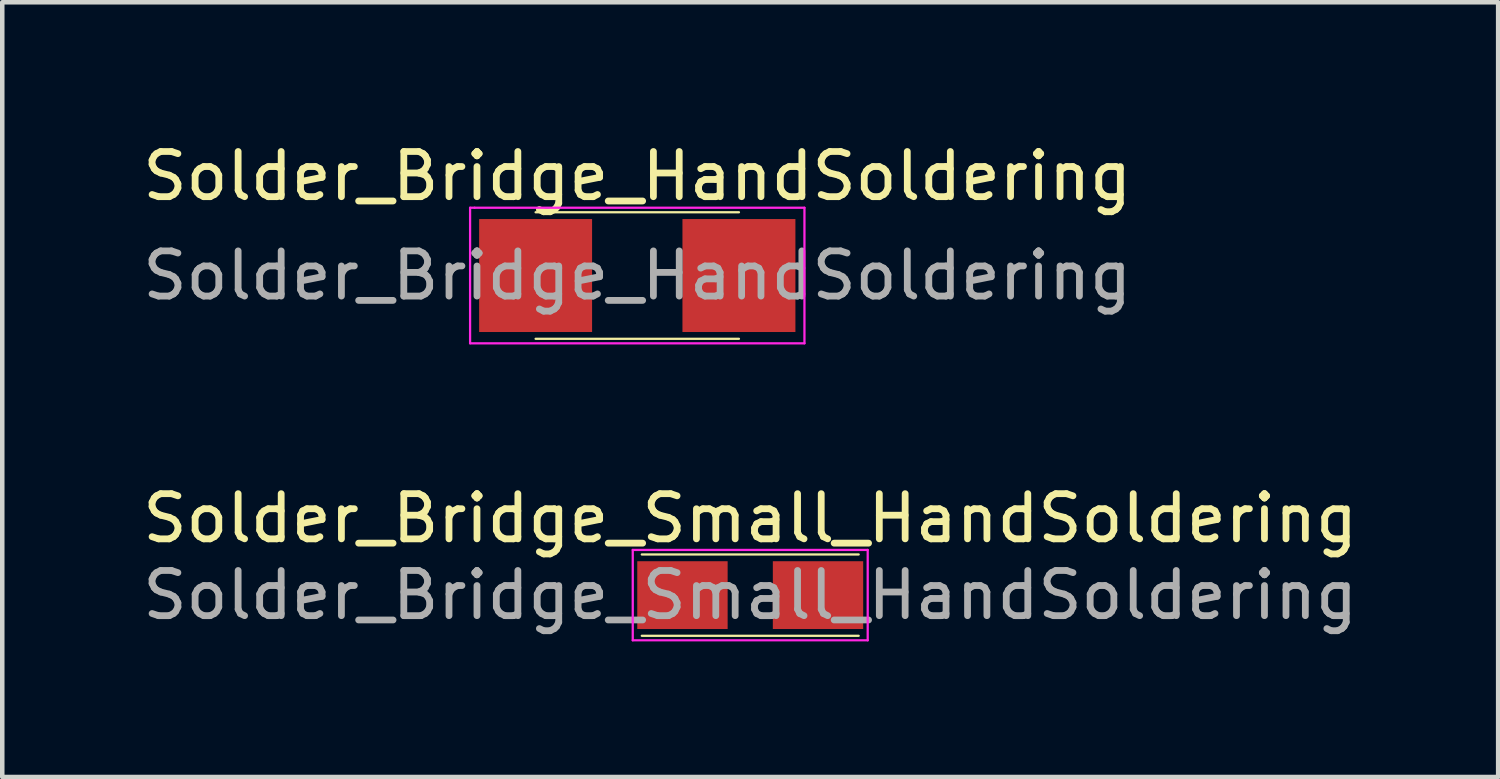
<source format=kicad_pcb>
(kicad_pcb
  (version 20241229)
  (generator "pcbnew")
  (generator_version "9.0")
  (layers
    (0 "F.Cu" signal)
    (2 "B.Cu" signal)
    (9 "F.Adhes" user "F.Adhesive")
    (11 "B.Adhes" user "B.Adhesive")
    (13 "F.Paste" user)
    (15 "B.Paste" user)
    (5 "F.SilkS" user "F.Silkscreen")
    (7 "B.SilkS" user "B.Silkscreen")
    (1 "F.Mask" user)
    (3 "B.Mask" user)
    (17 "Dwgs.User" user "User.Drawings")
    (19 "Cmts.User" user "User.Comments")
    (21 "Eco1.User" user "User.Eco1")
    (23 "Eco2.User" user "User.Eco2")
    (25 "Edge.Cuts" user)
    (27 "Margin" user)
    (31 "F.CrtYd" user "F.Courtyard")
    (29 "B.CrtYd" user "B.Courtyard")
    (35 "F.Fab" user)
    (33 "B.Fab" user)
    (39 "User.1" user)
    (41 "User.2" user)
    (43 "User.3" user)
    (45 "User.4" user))
  (footprint "Solder_Bridge_Small_HandSoldering"
    (layer "F.Cu")
    (at 13.554 10.121)
    (property "Reference" "Solder_Bridge_Small_HandSoldering" (at 0 -1.7 0) (layer "F.SilkS") (effects (font (size 1 1) (thickness 0.15))))
    (attr smd)
    (fp_line (start -2.4 -0.9) (end 2.4 -0.9) (stroke (width 0.05) (type solid)) (layer "F.SilkS"))
    (fp_line (start 2.4 0.9) (end -2.4 0.9) (stroke (width 0.05) (type solid)) (layer "F.SilkS"))
    (fp_line (start -2.6 -1) (end 2.6 -1) (stroke (width 0.05) (type solid)) (layer "F.CrtYd"))
    (fp_line (start -2.6 1) (end -2.6 -1) (stroke (width 0.05) (type solid)) (layer "F.CrtYd"))
    (fp_line (start 2.6 -1) (end 2.6 1) (stroke (width 0.05) (type solid)) (layer "F.CrtYd"))
    (fp_line (start 2.6 1) (end -2.6 1) (stroke (width 0.05) (type solid)) (layer "F.CrtYd"))
    (fp_text user "${REFERENCE}" (at 0 0 0) (layer "F.Fab") (effects (font (size 1 1) (thickness 0.15))))
    (pad "1" smd rect (at -1.5 0) (size 2 1.5) (layers "F.Cu" "F.Mask" "F.Paste"))
    (pad "2" smd rect (at 1.5 0) (size 2 1.5) (layers "F.Cu" "F.Mask" "F.Paste")))
  (footprint "Solder_Bridge_HandSoldering"
    (layer "F.Cu")
    (at 11.054 3.048)
    (property "Reference" "Solder_Bridge_HandSoldering" (at 0 -2.2 0) (layer "F.SilkS") (effects (font (size 1 1) (thickness 0.15))))
    (attr smd)
    (fp_line (start -2.25 -1.4) (end 2.25 -1.4) (stroke (width 0.05) (type solid)) (layer "F.SilkS"))
    (fp_line (start -2.25 1.4) (end 2.25 1.4) (stroke (width 0.05) (type solid)) (layer "F.SilkS"))
    (fp_line (start -3.7 -1.5) (end -3.6 -1.5) (stroke (width 0.05) (type solid)) (layer "F.CrtYd"))
    (fp_line (start -3.7 1.5) (end -3.7 -1.5) (stroke (width 0.05) (type solid)) (layer "F.CrtYd"))
    (fp_line (start -3.6 -1.5) (end 3.7 -1.5) (stroke (width 0.05) (type solid)) (layer "F.CrtYd"))
    (fp_line (start 3.7 -1.5) (end 3.7 1.5) (stroke (width 0.05) (type solid)) (layer "F.CrtYd"))
    (fp_line (start 3.7 1.5) (end -3.7 1.5) (stroke (width 0.05) (type solid)) (layer "F.CrtYd"))
    (fp_text user "${REFERENCE}" (at 0 0 0) (layer "F.Fab") (effects (font (size 1 1) (thickness 0.15))))
    (pad "1" smd rect (at -2.25 0) (size 2.5 2.5) (layers "F.Cu" "F.Mask" "F.Paste"))
    (pad "2" smd rect (at 2.25 0) (size 2.5 2.5) (layers "F.Cu" "F.Mask" "F.Paste")))
  (gr_rect
    (start -3 -3)
    (end 30.107 14.146)
    (stroke (width 0.1) (type default))
    (fill no)
    (layer "Edge.Cuts")))
</source>
